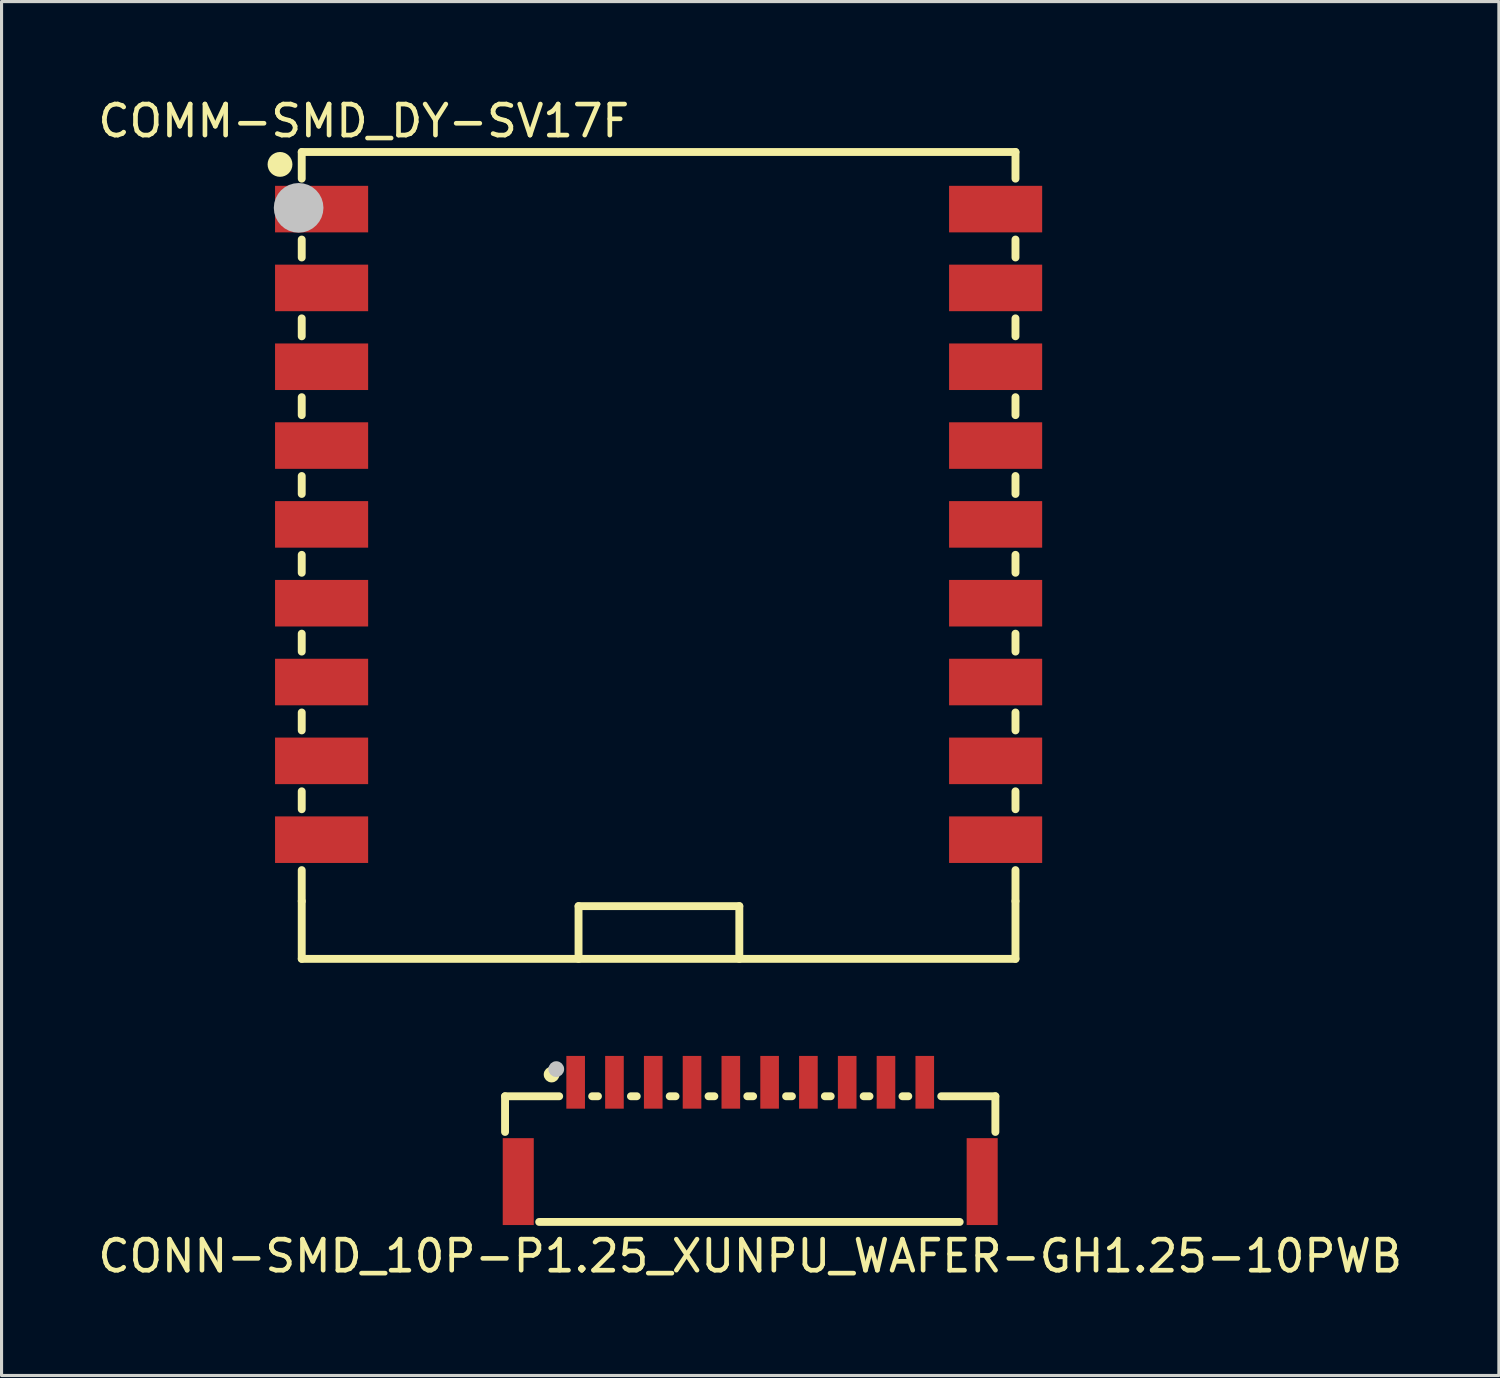
<source format=kicad_pcb>
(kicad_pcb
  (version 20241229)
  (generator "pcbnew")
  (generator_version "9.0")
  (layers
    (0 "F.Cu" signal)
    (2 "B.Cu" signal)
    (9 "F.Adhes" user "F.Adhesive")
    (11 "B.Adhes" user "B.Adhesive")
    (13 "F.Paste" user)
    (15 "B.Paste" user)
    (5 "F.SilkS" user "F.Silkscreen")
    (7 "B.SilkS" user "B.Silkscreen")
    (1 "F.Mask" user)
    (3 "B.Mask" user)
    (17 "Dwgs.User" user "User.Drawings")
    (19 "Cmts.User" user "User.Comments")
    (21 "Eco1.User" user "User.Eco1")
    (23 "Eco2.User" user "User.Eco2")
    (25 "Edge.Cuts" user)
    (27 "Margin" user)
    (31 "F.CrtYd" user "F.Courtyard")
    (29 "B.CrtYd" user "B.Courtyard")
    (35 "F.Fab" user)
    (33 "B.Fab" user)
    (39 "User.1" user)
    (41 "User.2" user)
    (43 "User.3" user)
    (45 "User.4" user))
  (footprint "COMM-SMD_DY-SV17F"
    (layer "F.Cu")
    (at 18.173 13.848)
    (property "Reference" "COMM-SMD_DY-SV17F" (at -9.5 -13 0) (layer "F.SilkS") (effects (font (size 1 1) (thickness 0.15))))
    (fp_line (start -11.5 -12) (end 11.5 -12) (stroke (width 0.254) (type default)) (layer "F.SilkS"))
    (fp_line (start -11.5 -11.141) (end -11.5 -12) (stroke (width 0.254) (type default)) (layer "F.SilkS"))
    (fp_line (start -11.5 -8.601) (end -11.5 -9.179) (stroke (width 0.254) (type default)) (layer "F.SilkS"))
    (fp_line (start -11.5 -6.061) (end -11.5 -6.639) (stroke (width 0.254) (type default)) (layer "F.SilkS"))
    (fp_line (start -11.5 -3.521) (end -11.5 -4.099) (stroke (width 0.254) (type default)) (layer "F.SilkS"))
    (fp_line (start -11.5 -0.981) (end -11.5 -1.559) (stroke (width 0.254) (type default)) (layer "F.SilkS"))
    (fp_line (start -11.5 1.559) (end -11.5 0.981) (stroke (width 0.254) (type default)) (layer "F.SilkS"))
    (fp_line (start -11.5 4.099) (end -11.5 3.521) (stroke (width 0.254) (type default)) (layer "F.SilkS"))
    (fp_line (start -11.5 6.639) (end -11.5 6.061) (stroke (width 0.254) (type default)) (layer "F.SilkS"))
    (fp_line (start -11.5 9.179) (end -11.5 8.601) (stroke (width 0.254) (type default)) (layer "F.SilkS"))
    (fp_line (start -11.5 12.141) (end -11.5 11.141) (stroke (width 0.254) (type default)) (layer "F.SilkS"))
    (fp_line (start -11.5 14) (end -11.5 12.141) (stroke (width 0.254) (type default)) (layer "F.SilkS"))
    (fp_line (start -2.58 12.301) (end 2.601 12.301) (stroke (width 0.254) (type default)) (layer "F.SilkS"))
    (fp_line (start -2.58 14.001) (end -2.58 12.301) (stroke (width 0.254) (type default)) (layer "F.SilkS"))
    (fp_line (start 2.601 12.301) (end 2.601 14.001) (stroke (width 0.254) (type default)) (layer "F.SilkS"))
    (fp_line (start 11.5 -12) (end 11.5 -11.141) (stroke (width 0.254) (type default)) (layer "F.SilkS"))
    (fp_line (start 11.5 -9.179) (end 11.5 -8.601) (stroke (width 0.254) (type default)) (layer "F.SilkS"))
    (fp_line (start 11.5 -6.639) (end 11.5 -6.061) (stroke (width 0.254) (type default)) (layer "F.SilkS"))
    (fp_line (start 11.5 -4.099) (end 11.5 -3.521) (stroke (width 0.254) (type default)) (layer "F.SilkS"))
    (fp_line (start 11.5 -1.559) (end 11.5 -0.981) (stroke (width 0.254) (type default)) (layer "F.SilkS"))
    (fp_line (start 11.5 0.981) (end 11.5 1.559) (stroke (width 0.254) (type default)) (layer "F.SilkS"))
    (fp_line (start 11.5 3.521) (end 11.5 4.099) (stroke (width 0.254) (type default)) (layer "F.SilkS"))
    (fp_line (start 11.5 6.061) (end 11.5 6.639) (stroke (width 0.254) (type default)) (layer "F.SilkS"))
    (fp_line (start 11.5 8.601) (end 11.5 9.179) (stroke (width 0.254) (type default)) (layer "F.SilkS"))
    (fp_line (start 11.5 11.141) (end 11.5 12.141) (stroke (width 0.254) (type default)) (layer "F.SilkS"))
    (fp_line (start 11.5 12.141) (end 11.5 14) (stroke (width 0.254) (type default)) (layer "F.SilkS"))
    (fp_line (start 11.5 14) (end -11.5 14) (stroke (width 0.254) (type default)) (layer "F.SilkS"))
    (fp_circle (center -12.2 -11.6) (end -12 -11.6) (stroke (width 0.4) (type default)) (fill no) (layer "F.SilkS"))
    (fp_circle (center -11.6 -10.2) (end -11.2 -10.2) (stroke (width 0.8) (type default)) (fill no) (layer "Dwgs.User"))
    (fp_poly (pts (xy -11.5 -10.91) (xy -9.5 -10.91) (xy -9.5 -9.41) (xy -11.5 -9.41)) (stroke (width 0.1) (type default)) (fill no) (layer "User.1"))
    (fp_poly (pts (xy -11.5 -8.37) (xy -9.5 -8.37) (xy -9.5 -6.87) (xy -11.5 -6.87)) (stroke (width 0.1) (type default)) (fill no) (layer "User.1"))
    (fp_poly (pts (xy -11.5 -5.83) (xy -9.5 -5.83) (xy -9.5 -4.33) (xy -11.5 -4.33)) (stroke (width 0.1) (type default)) (fill no) (layer "User.1"))
    (fp_poly (pts (xy -11.5 -3.29) (xy -9.5 -3.29) (xy -9.5 -1.79) (xy -11.5 -1.79)) (stroke (width 0.1) (type default)) (fill no) (layer "User.1"))
    (fp_poly (pts (xy -11.5 -0.75) (xy -9.5 -0.75) (xy -9.5 0.75) (xy -11.5 0.75)) (stroke (width 0.1) (type default)) (fill no) (layer "User.1"))
    (fp_poly (pts (xy -11.5 1.79) (xy -9.5 1.79) (xy -9.5 3.29) (xy -11.5 3.29)) (stroke (width 0.1) (type default)) (fill no) (layer "User.1"))
    (fp_poly (pts (xy -11.5 4.33) (xy -9.5 4.33) (xy -9.5 5.83) (xy -11.5 5.83)) (stroke (width 0.1) (type default)) (fill no) (layer "User.1"))
    (fp_poly (pts (xy -11.5 6.87) (xy -9.5 6.87) (xy -9.5 8.37) (xy -11.5 8.37)) (stroke (width 0.1) (type default)) (fill no) (layer "User.1"))
    (fp_poly (pts (xy -11.5 9.41) (xy -9.5 9.41) (xy -9.5 10.91) (xy -11.5 10.91)) (stroke (width 0.1) (type default)) (fill no) (layer "User.1"))
    (fp_poly (pts (xy 9.5 -10.91) (xy 11.5 -10.91) (xy 11.5 -9.41) (xy 9.5 -9.41)) (stroke (width 0.1) (type default)) (fill no) (layer "User.1"))
    (fp_poly (pts (xy 9.5 -8.37) (xy 11.5 -8.37) (xy 11.5 -6.87) (xy 9.5 -6.87)) (stroke (width 0.1) (type default)) (fill no) (layer "User.1"))
    (fp_poly (pts (xy 9.5 -5.83) (xy 11.5 -5.83) (xy 11.5 -4.33) (xy 9.5 -4.33)) (stroke (width 0.1) (type default)) (fill no) (layer "User.1"))
    (fp_poly (pts (xy 9.5 -3.29) (xy 11.5 -3.29) (xy 11.5 -1.79) (xy 9.5 -1.79)) (stroke (width 0.1) (type default)) (fill no) (layer "User.1"))
    (fp_poly (pts (xy 9.5 -0.75) (xy 11.5 -0.75) (xy 11.5 0.75) (xy 9.5 0.75)) (stroke (width 0.1) (type default)) (fill no) (layer "User.1"))
    (fp_poly (pts (xy 9.5 1.79) (xy 11.5 1.79) (xy 11.5 3.29) (xy 9.5 3.29)) (stroke (width 0.1) (type default)) (fill no) (layer "User.1"))
    (fp_poly (pts (xy 9.5 4.33) (xy 11.5 4.33) (xy 11.5 5.83) (xy 9.5 5.83)) (stroke (width 0.1) (type default)) (fill no) (layer "User.1"))
    (fp_poly (pts (xy 9.5 6.87) (xy 11.5 6.87) (xy 11.5 8.37) (xy 9.5 8.37)) (stroke (width 0.1) (type default)) (fill no) (layer "User.1"))
    (fp_poly (pts (xy 9.5 9.41) (xy 11.5 9.41) (xy 11.5 10.91) (xy 9.5 10.91)) (stroke (width 0.1) (type default)) (fill no) (layer "User.1"))
    (fp_line (start -11.5 -12) (end 11.5 -12) (stroke (width 0.051) (type default)) (layer "User.2"))
    (fp_line (start -11.5 14) (end -11.5 -12) (stroke (width 0.051) (type default)) (layer "User.2"))
    (fp_line (start 11.5 -12) (end 11.5 14) (stroke (width 0.051) (type default)) (layer "User.2"))
    (fp_line (start 11.5 14) (end -11.5 14) (stroke (width 0.051) (type default)) (layer "User.2"))
    (fp_poly (pts (xy -11.44 -12) (xy -11.458 -12.042) (xy -11.5 -12.06) (xy -11.542 -12.042) (xy -11.56 -12) (xy -11.542 -11.958) (xy -11.5 -11.94) (xy -11.458 -11.958)) (stroke (width 0.1) (type default)) (fill no) (layer "User.3"))
    (pad "1" smd rect (at -10.86 -10.16) (size 3 1.5) (layers "F.Cu" "F.Mask" "F.Paste"))
    (pad "2" smd rect (at -10.86 -7.62) (size 3 1.5) (layers "F.Cu" "F.Mask" "F.Paste"))
    (pad "3" smd rect (at -10.86 -5.08) (size 3 1.5) (layers "F.Cu" "F.Mask" "F.Paste"))
    (pad "4" smd rect (at -10.86 -2.54) (size 3 1.5) (layers "F.Cu" "F.Mask" "F.Paste"))
    (pad "5" smd rect (at -10.86 0) (size 3 1.5) (layers "F.Cu" "F.Mask" "F.Paste"))
    (pad "6" smd rect (at -10.86 2.54) (size 3 1.5) (layers "F.Cu" "F.Mask" "F.Paste"))
    (pad "7" smd rect (at -10.86 5.08) (size 3 1.5) (layers "F.Cu" "F.Mask" "F.Paste"))
    (pad "8" smd rect (at -10.86 7.62) (size 3 1.5) (layers "F.Cu" "F.Mask" "F.Paste"))
    (pad "9" smd rect (at -10.86 10.16) (size 3 1.5) (layers "F.Cu" "F.Mask" "F.Paste"))
    (pad "10" smd rect (at 10.86 10.16) (size 3 1.5) (layers "F.Cu" "F.Mask" "F.Paste"))
    (pad "11" smd rect (at 10.86 7.62) (size 3 1.5) (layers "F.Cu" "F.Mask" "F.Paste"))
    (pad "12" smd rect (at 10.86 5.08) (size 3 1.5) (layers "F.Cu" "F.Mask" "F.Paste"))
    (pad "13" smd rect (at 10.86 2.54) (size 3 1.5) (layers "F.Cu" "F.Mask" "F.Paste"))
    (pad "14" smd rect (at 10.86 0) (size 3 1.5) (layers "F.Cu" "F.Mask" "F.Paste"))
    (pad "15" smd rect (at 10.86 -2.54) (size 3 1.5) (layers "F.Cu" "F.Mask" "F.Paste"))
    (pad "16" smd rect (at 10.86 -5.08) (size 3 1.5) (layers "F.Cu" "F.Mask" "F.Paste"))
    (pad "17" smd rect (at 10.86 -7.62) (size 3 1.5) (layers "F.Cu" "F.Mask" "F.Paste"))
    (pad "18" smd rect (at 10.86 -10.16) (size 3 1.5) (layers "F.Cu" "F.Mask" "F.Paste")))
  (footprint "CONN-SMD_10P-P1.25_XUNPU_WAFER-GH1.25-10PWB"
    (layer "F.Cu")
    (at 21.125 33.426)
    (property "Reference" "CONN-SMD_10P-P1.25_XUNPU_WAFER-GH1.25-10PWB" (at 0 4 0) (layer "F.SilkS") (effects (font (size 1 1) (thickness 0.15))))
    (fp_line (start -7.9 -1.15) (end -7.9 0) (stroke (width 0.254) (type default)) (layer "F.SilkS"))
    (fp_line (start -7.9 -1.15) (end -6.156 -1.15) (stroke (width 0.254) (type default)) (layer "F.SilkS"))
    (fp_line (start -6.8 2.9) (end 6.75 2.9) (stroke (width 0.254) (type default)) (layer "F.SilkS"))
    (fp_line (start -5.093 -1.15) (end -4.906 -1.15) (stroke (width 0.254) (type default)) (layer "F.SilkS"))
    (fp_line (start -3.844 -1.15) (end -3.656 -1.15) (stroke (width 0.254) (type default)) (layer "F.SilkS"))
    (fp_line (start -2.594 -1.15) (end -2.406 -1.15) (stroke (width 0.254) (type default)) (layer "F.SilkS"))
    (fp_line (start -1.343 -1.15) (end -1.156 -1.15) (stroke (width 0.254) (type default)) (layer "F.SilkS"))
    (fp_line (start -0.093 -1.15) (end 0.094 -1.15) (stroke (width 0.254) (type default)) (layer "F.SilkS"))
    (fp_line (start 1.156 -1.15) (end 1.344 -1.15) (stroke (width 0.254) (type default)) (layer "F.SilkS"))
    (fp_line (start 2.406 -1.15) (end 2.594 -1.15) (stroke (width 0.254) (type default)) (layer "F.SilkS"))
    (fp_line (start 3.656 -1.15) (end 3.844 -1.15) (stroke (width 0.254) (type default)) (layer "F.SilkS"))
    (fp_line (start 4.906 -1.15) (end 5.094 -1.15) (stroke (width 0.254) (type default)) (layer "F.SilkS"))
    (fp_line (start 6.156 -1.15) (end 7.9 -1.15) (stroke (width 0.254) (type default)) (layer "F.SilkS"))
    (fp_line (start 7.9 -1.15) (end 7.9 0) (stroke (width 0.254) (type default)) (layer "F.SilkS"))
    (fp_circle (center -6.4 -1.85) (end -6.273 -1.85) (stroke (width 0.254) (type default)) (fill no) (layer "F.SilkS"))
    (fp_circle (center -6.25 -2.025) (end -6.123 -2.025) (stroke (width 0.254) (type default)) (fill no) (layer "Dwgs.User"))
    (fp_poly (pts (xy -7.575 0.45) (xy -7.375 0.45) (xy -7.375 2.75) (xy -7.575 2.75)) (stroke (width 0.1) (type default)) (fill no) (layer "User.1"))
    (fp_poly (pts (xy -5.725 -2.1) (xy -5.525 -2.1) (xy -5.525 -1.1) (xy -5.725 -1.1)) (stroke (width 0.1) (type default)) (fill no) (layer "User.1"))
    (fp_poly (pts (xy -4.475 -2.1) (xy -4.275 -2.1) (xy -4.275 -1.1) (xy -4.475 -1.1)) (stroke (width 0.1) (type default)) (fill no) (layer "User.1"))
    (fp_poly (pts (xy -3.225 -2.1) (xy -3.025 -2.1) (xy -3.025 -1.1) (xy -3.225 -1.1)) (stroke (width 0.1) (type default)) (fill no) (layer "User.1"))
    (fp_poly (pts (xy -1.975 -2.1) (xy -1.775 -2.1) (xy -1.775 -1.1) (xy -1.975 -1.1)) (stroke (width 0.1) (type default)) (fill no) (layer "User.1"))
    (fp_poly (pts (xy -0.725 -2.1) (xy -0.525 -2.1) (xy -0.525 -1.1) (xy -0.725 -1.1)) (stroke (width 0.1) (type default)) (fill no) (layer "User.1"))
    (fp_poly (pts (xy 0.525 -2.1) (xy 0.725 -2.1) (xy 0.725 -1.1) (xy 0.525 -1.1)) (stroke (width 0.1) (type default)) (fill no) (layer "User.1"))
    (fp_poly (pts (xy 1.775 -2.1) (xy 1.975 -2.1) (xy 1.975 -1.1) (xy 1.775 -1.1)) (stroke (width 0.1) (type default)) (fill no) (layer "User.1"))
    (fp_poly (pts (xy 3.025 -2.1) (xy 3.225 -2.1) (xy 3.225 -1.1) (xy 3.025 -1.1)) (stroke (width 0.1) (type default)) (fill no) (layer "User.1"))
    (fp_poly (pts (xy 4.275 -2.1) (xy 4.475 -2.1) (xy 4.475 -1.1) (xy 4.275 -1.1)) (stroke (width 0.1) (type default)) (fill no) (layer "User.1"))
    (fp_poly (pts (xy 5.525 -2.1) (xy 5.725 -2.1) (xy 5.725 -1.1) (xy 5.525 -1.1)) (stroke (width 0.1) (type default)) (fill no) (layer "User.1"))
    (fp_poly (pts (xy 7.375 0.45) (xy 7.575 0.45) (xy 7.575 2.75) (xy 7.375 2.75)) (stroke (width 0.1) (type default)) (fill no) (layer "User.1"))
    (fp_line (start -7.875 -1.15) (end 7.875 -1.15) (stroke (width 0.051) (type default)) (layer "User.2"))
    (fp_line (start -7.875 2.9) (end -7.875 -1.15) (stroke (width 0.051) (type default)) (layer "User.2"))
    (fp_line (start 7.875 -1.15) (end 7.875 2.9) (stroke (width 0.051) (type default)) (layer "User.2"))
    (fp_line (start 7.875 2.9) (end -7.875 2.9) (stroke (width 0.051) (type default)) (layer "User.2"))
    (fp_poly (pts (xy -7.815 -2.1) (xy -7.833 -2.142) (xy -7.875 -2.16) (xy -7.917 -2.142) (xy -7.935 -2.1) (xy -7.917 -2.058) (xy -7.875 -2.04) (xy -7.833 -2.058)) (stroke (width 0.1) (type default)) (fill no) (layer "User.3"))
    (pad "1" smd rect (at -5.625 -1.6) (size 0.6 1.7) (layers "F.Cu" "F.Mask" "F.Paste"))
    (pad "2" smd rect (at -4.375 -1.6) (size 0.6 1.7) (layers "F.Cu" "F.Mask" "F.Paste"))
    (pad "3" smd rect (at -3.125 -1.6) (size 0.6 1.7) (layers "F.Cu" "F.Mask" "F.Paste"))
    (pad "4" smd rect (at -1.875 -1.6) (size 0.6 1.7) (layers "F.Cu" "F.Mask" "F.Paste"))
    (pad "5" smd rect (at -0.625 -1.6) (size 0.6 1.7) (layers "F.Cu" "F.Mask" "F.Paste"))
    (pad "6" smd rect (at 0.625 -1.6) (size 0.6 1.7) (layers "F.Cu" "F.Mask" "F.Paste"))
    (pad "7" smd rect (at 1.875 -1.6) (size 0.6 1.7) (layers "F.Cu" "F.Mask" "F.Paste"))
    (pad "8" smd rect (at 3.125 -1.6) (size 0.6 1.7) (layers "F.Cu" "F.Mask" "F.Paste"))
    (pad "9" smd rect (at 4.375 -1.6) (size 0.6 1.7) (layers "F.Cu" "F.Mask" "F.Paste"))
    (pad "10" smd rect (at 5.625 -1.6) (size 0.6 1.7) (layers "F.Cu" "F.Mask" "F.Paste"))
    (pad "11" smd rect (at 7.475 1.6) (size 1 2.8) (layers "F.Cu" "F.Mask" "F.Paste"))
    (pad "12" smd rect (at -7.475 1.6) (size 1 2.8) (layers "F.Cu" "F.Mask" "F.Paste")))
  (gr_rect
    (start -3 -3)
    (end 45.25 41.274)
    (stroke (width 0.1) (type default))
    (fill no)
    (layer "Edge.Cuts")))
</source>
